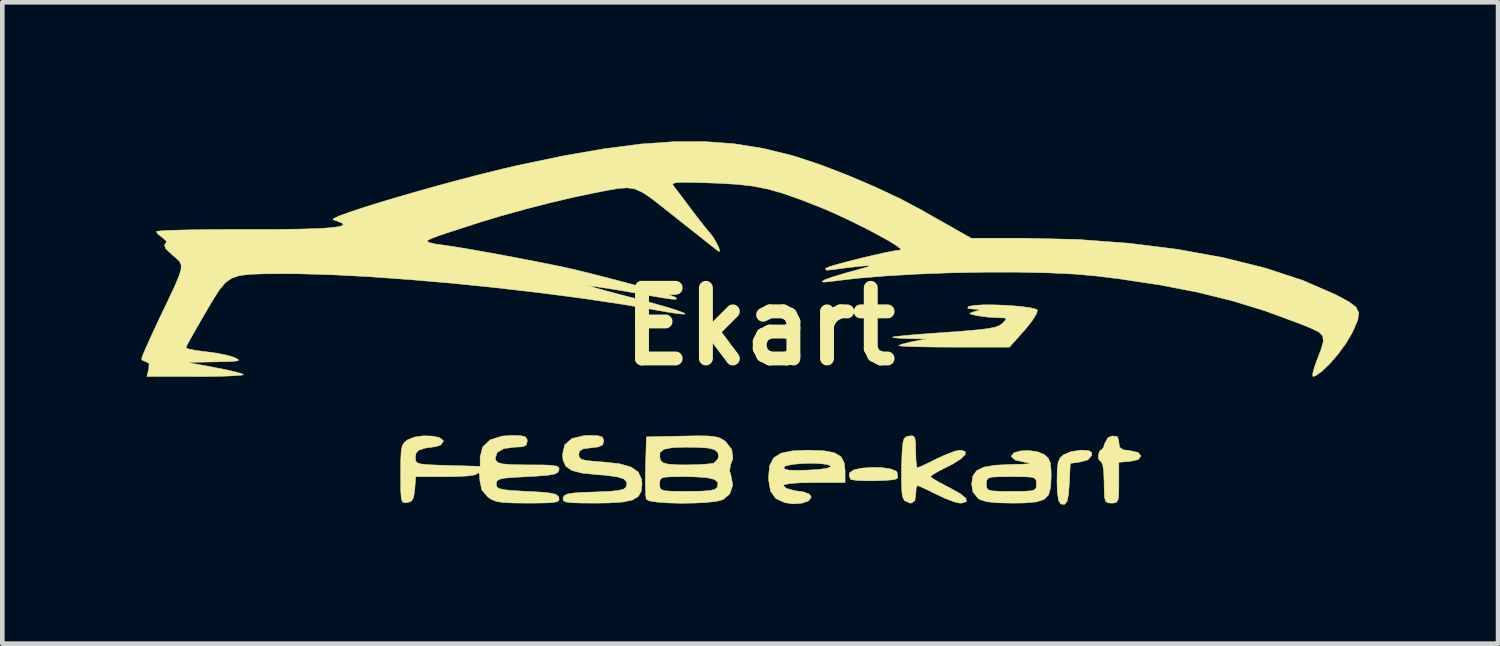
<source format=kicad_pcb>
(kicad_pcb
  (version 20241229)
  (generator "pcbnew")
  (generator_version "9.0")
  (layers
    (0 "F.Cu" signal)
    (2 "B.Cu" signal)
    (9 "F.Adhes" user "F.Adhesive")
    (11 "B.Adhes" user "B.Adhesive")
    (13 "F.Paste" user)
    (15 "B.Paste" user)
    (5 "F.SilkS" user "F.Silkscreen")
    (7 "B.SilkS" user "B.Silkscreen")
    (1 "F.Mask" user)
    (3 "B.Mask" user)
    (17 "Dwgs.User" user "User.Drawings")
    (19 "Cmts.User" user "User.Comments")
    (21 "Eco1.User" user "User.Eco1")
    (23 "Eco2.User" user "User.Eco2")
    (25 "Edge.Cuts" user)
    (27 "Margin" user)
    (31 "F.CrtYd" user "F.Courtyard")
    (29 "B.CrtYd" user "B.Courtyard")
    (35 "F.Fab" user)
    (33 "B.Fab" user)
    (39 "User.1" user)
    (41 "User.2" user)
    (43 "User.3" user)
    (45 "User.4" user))
  (footprint "Ekart"
    (layer "F.Cu")
    (at 13.34 3.994)
    (property "Reference" "Ekart" (at 0 0 0) (layer "F.SilkS") (effects (font (size 1.524 1.524) (thickness 0.3))))
    (attr through_hole)
    (fp_poly (pts (xy 2.631 3.044) (xy 2.822 3.071) (xy 2.943 3.121) (xy 2.963 3.146) (xy 2.975 3.253) (xy 2.96 3.284) (xy 2.878 3.306) (xy 2.71 3.32) (xy 2.495 3.328) (xy 2.274 3.328) (xy 2.086 3.319) (xy 1.972 3.302) (xy 1.96 3.297) (xy 1.929 3.216) (xy 1.941 3.154) (xy 2.024 3.094) (xy 2.193 3.056) (xy 2.408 3.039) (xy 2.631 3.044)) (stroke (width 0.01) (type solid)) (fill yes) (layer "F.SilkS"))
    (fp_poly (pts (xy 7.1 2.678) (xy 7.163 2.72) (xy 7.164 2.778) (xy 7.083 2.874) (xy 6.921 2.921) (xy 6.699 2.953) (xy 6.68 3.365) (xy 6.661 3.623) (xy 6.63 3.774) (xy 6.578 3.836) (xy 6.497 3.83) (xy 6.493 3.829) (xy 6.445 3.749) (xy 6.419 3.552) (xy 6.413 3.332) (xy 6.418 3.084) (xy 6.437 2.929) (xy 6.479 2.835) (xy 6.552 2.768) (xy 6.555 2.766) (xy 6.713 2.7) (xy 6.914 2.668) (xy 6.94 2.667) (xy 7.1 2.678)) (stroke (width 0.01) (type solid)) (fill yes) (layer "F.SilkS"))
    (fp_poly (pts (xy 7.712 2.37) (xy 7.746 2.462) (xy 7.747 2.5) (xy 7.764 2.607) (xy 7.841 2.658) (xy 7.985 2.679) (xy 8.163 2.717) (xy 8.223 2.792) (xy 8.223 2.794) (xy 8.166 2.87) (xy 7.99 2.909) (xy 7.985 2.909) (xy 7.747 2.929) (xy 7.747 3.369) (xy 7.745 3.6) (xy 7.731 3.732) (xy 7.696 3.793) (xy 7.629 3.809) (xy 7.588 3.81) (xy 7.505 3.803) (xy 7.458 3.765) (xy 7.436 3.668) (xy 7.43 3.484) (xy 7.429 3.365) (xy 7.421 3.137) (xy 7.399 2.98) (xy 7.366 2.921) (xy 7.366 2.921) (xy 7.314 2.868) (xy 7.303 2.794) (xy 7.327 2.691) (xy 7.362 2.667) (xy 7.415 2.613) (xy 7.441 2.524) (xy 7.513 2.396) (xy 7.604 2.361) (xy 7.712 2.37)) (stroke (width 0.01) (type solid)) (fill yes) (layer "F.SilkS"))
    (fp_poly (pts (xy 1.381 2.68) (xy 1.613 2.724) (xy 1.755 2.81) (xy 1.825 2.947) (xy 1.841 3.115) (xy 1.841 3.365) (xy 1.175 3.365) (xy 0.878 3.371) (xy 0.656 3.387) (xy 0.53 3.411) (xy 0.508 3.428) (xy 0.568 3.49) (xy 0.75 3.541) (xy 0.953 3.57) (xy 1.073 3.616) (xy 1.111 3.68) (xy 1.055 3.76) (xy 0.913 3.811) (xy 0.724 3.826) (xy 0.54 3.8) (xy 0.347 3.711) (xy 0.236 3.558) (xy 0.192 3.317) (xy 0.191 3.231) (xy 0.211 3.035) (xy 0.523 3.035) (xy 0.538 3.075) (xy 0.627 3.098) (xy 0.811 3.103) (xy 1.026 3.098) (xy 1.284 3.082) (xy 1.462 3.056) (xy 1.539 3.024) (xy 1.54 3.016) (xy 1.472 2.98) (xy 1.316 2.958) (xy 1.109 2.95) (xy 0.888 2.957) (xy 0.693 2.976) (xy 0.559 3.007) (xy 0.523 3.035) (xy 0.211 3.035) (xy 0.215 2.998) (xy 0.298 2.835) (xy 0.458 2.733) (xy 0.71 2.681) (xy 1.042 2.667) (xy 1.381 2.68)) (stroke (width 0.01) (type solid)) (fill yes) (layer "F.SilkS"))
    (fp_poly (pts (xy 3.347 2.403) (xy 3.363 2.522) (xy 3.365 2.694) (xy 3.371 2.887) (xy 3.385 3.015) (xy 3.399 3.048) (xy 3.469 3.021) (xy 3.618 2.952) (xy 3.81 2.857) (xy 4.024 2.759) (xy 4.209 2.69) (xy 4.316 2.667) (xy 4.429 2.692) (xy 4.435 2.758) (xy 4.341 2.854) (xy 4.156 2.97) (xy 4.064 3.016) (xy 3.871 3.114) (xy 3.734 3.193) (xy 3.683 3.237) (xy 3.736 3.281) (xy 3.875 3.363) (xy 4.071 3.466) (xy 4.099 3.48) (xy 4.327 3.607) (xy 4.448 3.708) (xy 4.459 3.777) (xy 4.356 3.809) (xy 4.312 3.81) (xy 4.193 3.782) (xy 4.005 3.71) (xy 3.81 3.619) (xy 3.614 3.523) (xy 3.466 3.454) (xy 3.399 3.429) (xy 3.375 3.484) (xy 3.366 3.617) (xy 3.365 3.619) (xy 3.345 3.759) (xy 3.271 3.808) (xy 3.24 3.81) (xy 3.121 3.754) (xy 3.078 3.667) (xy 3.064 3.541) (xy 3.057 3.326) (xy 3.058 3.061) (xy 3.061 2.953) (xy 3.072 2.681) (xy 3.088 2.511) (xy 3.115 2.418) (xy 3.162 2.376) (xy 3.223 2.361) (xy 3.304 2.359) (xy 3.347 2.403)) (stroke (width 0.01) (type solid)) (fill yes) (layer "F.SilkS"))
    (fp_poly (pts (xy 5.077 -0.467) (xy 5.347 -0.456) (xy 5.604 -0.436) (xy 5.817 -0.409) (xy 5.956 -0.376) (xy 5.991 -0.353) (xy 5.967 -0.268) (xy 5.874 -0.121) (xy 5.731 0.059) (xy 5.705 0.088) (xy 5.387 0.445) (xy 4.175 0.445) (xy 3.801 0.443) (xy 3.478 0.438) (xy 3.223 0.431) (xy 3.057 0.422) (xy 2.996 0.412) (xy 2.997 0.411) (xy 3.075 0.379) (xy 3.231 0.339) (xy 3.309 0.323) (xy 3.588 0.268) (xy 3.212 0.261) (xy 3.018 0.253) (xy 2.892 0.241) (xy 2.863 0.228) (xy 2.932 0.216) (xy 3.106 0.197) (xy 3.366 0.174) (xy 3.69 0.149) (xy 4 0.127) (xy 4.413 0.097) (xy 4.718 0.07) (xy 4.934 0.043) (xy 5.08 0.013) (xy 5.175 -0.024) (xy 5.237 -0.069) (xy 5.313 -0.15) (xy 5.301 -0.183) (xy 5.184 -0.19) (xy 5.134 -0.191) (xy 4.905 -0.204) (xy 4.691 -0.234) (xy 4.554 -0.265) (xy 4.532 -0.288) (xy 4.616 -0.318) (xy 4.636 -0.323) (xy 4.738 -0.355) (xy 4.726 -0.369) (xy 4.604 -0.377) (xy 4.488 -0.392) (xy 4.496 -0.425) (xy 4.508 -0.431) (xy 4.627 -0.456) (xy 4.827 -0.468) (xy 5.077 -0.467)) (stroke (width 0.01) (type solid)) (fill yes) (layer "F.SilkS"))
    (fp_poly (pts (xy -3.483 2.357) (xy -3.393 2.388) (xy -3.366 2.456) (xy -3.365 2.473) (xy -3.39 2.555) (xy -3.486 2.598) (xy -3.635 2.616) (xy -3.81 2.639) (xy -3.889 2.688) (xy -3.905 2.762) (xy -3.893 2.826) (xy -3.838 2.868) (xy -3.717 2.894) (xy -3.504 2.914) (xy -3.394 2.921) (xy -3.03 2.96) (xy -2.776 3.031) (xy -2.621 3.14) (xy -2.549 3.295) (xy -2.54 3.395) (xy -2.557 3.554) (xy -2.62 3.667) (xy -2.746 3.742) (xy -2.952 3.786) (xy -3.255 3.806) (xy -3.543 3.81) (xy -3.855 3.808) (xy -4.06 3.801) (xy -4.18 3.785) (xy -4.235 3.757) (xy -4.245 3.713) (xy -4.243 3.699) (xy -4.217 3.648) (xy -4.149 3.613) (xy -4.015 3.591) (xy -3.793 3.577) (xy -3.568 3.57) (xy -3.259 3.557) (xy -3.055 3.538) (xy -2.937 3.508) (xy -2.883 3.464) (xy -2.878 3.454) (xy -2.868 3.357) (xy -2.933 3.288) (xy -3.089 3.24) (xy -3.351 3.207) (xy -3.5 3.196) (xy -3.829 3.163) (xy -4.051 3.107) (xy -4.183 3.017) (xy -4.244 2.883) (xy -4.255 2.756) (xy -4.205 2.55) (xy -4.054 2.417) (xy -3.8 2.355) (xy -3.669 2.349) (xy -3.483 2.357)) (stroke (width 0.01) (type solid)) (fill yes) (layer "F.SilkS"))
    (fp_poly (pts (xy 5.991 2.702) (xy 6.133 2.76) (xy 6.222 2.835) (xy 6.268 2.938) (xy 6.285 3.107) (xy 6.287 3.23) (xy 6.276 3.467) (xy 6.232 3.629) (xy 6.134 3.73) (xy 5.963 3.785) (xy 5.698 3.807) (xy 5.454 3.81) (xy 5.125 3.803) (xy 4.899 3.779) (xy 4.754 3.735) (xy 4.713 3.711) (xy 4.599 3.569) (xy 4.572 3.397) (xy 4.889 3.397) (xy 4.894 3.474) (xy 4.926 3.521) (xy 5.01 3.545) (xy 5.17 3.555) (xy 5.429 3.556) (xy 5.691 3.555) (xy 5.85 3.545) (xy 5.933 3.521) (xy 5.964 3.474) (xy 5.969 3.397) (xy 5.964 3.32) (xy 5.932 3.273) (xy 5.849 3.249) (xy 5.689 3.24) (xy 5.429 3.239) (xy 5.168 3.24) (xy 5.008 3.249) (xy 4.926 3.274) (xy 4.894 3.321) (xy 4.889 3.397) (xy 4.572 3.397) (xy 4.596 3.228) (xy 4.678 3.109) (xy 4.835 3.033) (xy 5.085 2.991) (xy 5.428 2.975) (xy 5.679 2.969) (xy 5.81 2.96) (xy 5.827 2.947) (xy 5.736 2.93) (xy 5.715 2.927) (xy 5.514 2.882) (xy 5.432 2.813) (xy 5.429 2.794) (xy 5.484 2.724) (xy 5.623 2.684) (xy 5.805 2.676) (xy 5.991 2.702)) (stroke (width 0.01) (type solid)) (fill yes) (layer "F.SilkS"))
    (fp_poly (pts (xy -1.119 2.361) (xy -0.965 2.376) (xy -0.858 2.406) (xy -0.774 2.455) (xy -0.741 2.479) (xy -0.604 2.651) (xy -0.579 2.847) (xy -0.63 2.979) (xy -0.65 3.114) (xy -0.621 3.212) (xy -0.583 3.423) (xy -0.648 3.613) (xy -0.795 3.736) (xy -0.934 3.771) (xy -1.151 3.796) (xy -1.418 3.809) (xy -1.703 3.813) (xy -1.979 3.806) (xy -2.215 3.788) (xy -2.382 3.761) (xy -2.449 3.726) (xy -2.461 3.63) (xy -2.467 3.438) (xy -2.467 3.397) (xy -2.159 3.397) (xy -2.155 3.471) (xy -2.126 3.517) (xy -2.05 3.543) (xy -1.902 3.553) (xy -1.659 3.556) (xy -1.554 3.556) (xy -1.262 3.552) (xy -1.074 3.539) (xy -0.967 3.512) (xy -0.916 3.468) (xy -0.91 3.454) (xy -0.903 3.362) (xy -0.977 3.298) (xy -1.144 3.26) (xy -1.417 3.242) (xy -1.603 3.239) (xy -1.869 3.24) (xy -2.033 3.249) (xy -2.119 3.272) (xy -2.153 3.317) (xy -2.159 3.39) (xy -2.159 3.397) (xy -2.467 3.397) (xy -2.467 3.184) (xy -2.463 3.012) (xy -2.458 2.826) (xy -2.156 2.826) (xy -2.136 2.889) (xy -2.086 2.94) (xy -1.968 2.97) (xy -1.759 2.983) (xy -1.595 2.985) (xy -1.343 2.98) (xy -1.132 2.967) (xy -1.003 2.95) (xy -0.989 2.946) (xy -0.903 2.857) (xy -0.889 2.794) (xy -0.909 2.709) (xy -0.984 2.653) (xy -1.132 2.62) (xy -1.373 2.606) (xy -1.595 2.603) (xy -1.886 2.613) (xy -2.067 2.648) (xy -2.152 2.717) (xy -2.156 2.826) (xy -2.458 2.826) (xy -2.445 2.381) (xy -1.678 2.364) (xy -1.348 2.358) (xy -1.119 2.361)) (stroke (width 0.01) (type solid)) (fill yes) (layer "F.SilkS"))
    (fp_poly (pts (xy -5.158 2.355) (xy -5.056 2.38) (xy -5.019 2.436) (xy -5.016 2.477) (xy -5.036 2.557) (xy -5.115 2.594) (xy -5.288 2.603) (xy -5.294 2.603) (xy -5.523 2.634) (xy -5.665 2.717) (xy -5.705 2.841) (xy -5.692 2.888) (xy -5.651 2.933) (xy -5.555 2.962) (xy -5.383 2.978) (xy -5.112 2.984) (xy -4.982 2.985) (xy -4.682 2.986) (xy -4.489 2.994) (xy -4.379 3.012) (xy -4.333 3.044) (xy -4.329 3.092) (xy -4.33 3.096) (xy -4.356 3.147) (xy -4.427 3.183) (xy -4.565 3.208) (xy -4.791 3.226) (xy -5.017 3.239) (xy -5.315 3.255) (xy -5.508 3.272) (xy -5.619 3.297) (xy -5.67 3.333) (xy -5.683 3.388) (xy -5.683 3.397) (xy -5.674 3.454) (xy -5.629 3.493) (xy -5.529 3.519) (xy -5.349 3.538) (xy -5.068 3.554) (xy -5.017 3.556) (xy -4.714 3.573) (xy -4.516 3.593) (xy -4.4 3.621) (xy -4.345 3.661) (xy -4.33 3.699) (xy -4.332 3.748) (xy -4.374 3.78) (xy -4.477 3.799) (xy -4.661 3.807) (xy -4.949 3.81) (xy -5.003 3.81) (xy -5.32 3.807) (xy -5.538 3.796) (xy -5.685 3.772) (xy -5.789 3.73) (xy -5.865 3.678) (xy -5.995 3.528) (xy -6.037 3.325) (xy -6.038 3.313) (xy -6.048 3.184) (xy -6.068 3.148) (xy -6.075 3.159) (xy -6.138 3.199) (xy -6.297 3.224) (xy -6.565 3.237) (xy -6.764 3.239) (xy -7.422 3.239) (xy -7.442 3.508) (xy -7.466 3.685) (xy -7.518 3.77) (xy -7.604 3.799) (xy -7.669 3.803) (xy -7.71 3.778) (xy -7.734 3.701) (xy -7.744 3.551) (xy -7.747 3.305) (xy -7.747 3.181) (xy -7.745 2.889) (xy -7.736 2.697) (xy -7.714 2.578) (xy -7.673 2.506) (xy -7.608 2.452) (xy -7.594 2.443) (xy -7.445 2.384) (xy -7.255 2.358) (xy -7.063 2.363) (xy -6.908 2.397) (xy -6.829 2.459) (xy -6.826 2.477) (xy -6.882 2.556) (xy -6.985 2.59) (xy -7.222 2.624) (xy -7.358 2.669) (xy -7.418 2.739) (xy -7.429 2.823) (xy -7.425 2.89) (xy -7.397 2.935) (xy -7.324 2.963) (xy -7.183 2.979) (xy -6.952 2.99) (xy -6.731 2.996) (xy -6.032 3.016) (xy -6.032 2.814) (xy -5.978 2.598) (xy -5.818 2.446) (xy -5.56 2.364) (xy -5.357 2.349) (xy -5.158 2.355)) (stroke (width 0.01) (type solid)) (fill yes) (layer "F.SilkS"))
    (fp_poly (pts (xy -0.547 -3.942) (xy 0.06 -3.845) (xy 0.66 -3.7) (xy 0.804 -3.658) (xy 1.32 -3.486) (xy 1.891 -3.266) (xy 2.473 -3.018) (xy 3.02 -2.762) (xy 3.461 -2.529) (xy 3.647 -2.423) (xy 3.891 -2.285) (xy 4.139 -2.145) (xy 4.562 -1.905) (xy 5.726 -1.905) (xy 6.863 -1.878) (xy 7.963 -1.797) (xy 9.012 -1.666) (xy 9.996 -1.487) (xy 10.902 -1.263) (xy 11.715 -0.996) (xy 12.421 -0.689) (xy 12.452 -0.673) (xy 12.71 -0.534) (xy 12.863 -0.418) (xy 12.923 -0.297) (xy 12.901 -0.141) (xy 12.808 0.078) (xy 12.773 0.149) (xy 12.648 0.361) (xy 12.485 0.584) (xy 12.306 0.793) (xy 12.135 0.96) (xy 11.994 1.061) (xy 11.935 1.079) (xy 11.928 1.026) (xy 11.963 0.889) (xy 12.013 0.746) (xy 12.111 0.49) (xy 12.159 0.318) (xy 12.145 0.202) (xy 12.055 0.115) (xy 11.876 0.029) (xy 11.609 -0.077) (xy 10.901 -0.338) (xy 10.186 -0.557) (xy 9.439 -0.741) (xy 8.632 -0.897) (xy 7.738 -1.031) (xy 7.271 -1.089) (xy 6.783 -1.132) (xy 6.196 -1.159) (xy 5.537 -1.173) (xy 4.833 -1.172) (xy 4.11 -1.158) (xy 3.396 -1.131) (xy 2.717 -1.091) (xy 2.101 -1.04) (xy 1.574 -0.978) (xy 1.556 -0.975) (xy 1.391 -0.958) (xy 1.341 -0.97) (xy 1.401 -1.008) (xy 1.564 -1.067) (xy 1.822 -1.145) (xy 1.948 -1.18) (xy 2.202 -1.25) (xy 2.341 -1.292) (xy 2.374 -1.311) (xy 2.308 -1.312) (xy 2.159 -1.299) (xy 1.913 -1.272) (xy 1.68 -1.242) (xy 1.587 -1.228) (xy 1.445 -1.214) (xy 1.416 -1.241) (xy 1.429 -1.259) (xy 1.505 -1.291) (xy 1.675 -1.342) (xy 1.911 -1.405) (xy 2.182 -1.474) (xy 2.459 -1.539) (xy 2.713 -1.596) (xy 2.913 -1.635) (xy 3.032 -1.651) (xy 3.034 -1.651) (xy 3.041 -1.676) (xy 2.952 -1.745) (xy 2.785 -1.848) (xy 2.558 -1.974) (xy 2.29 -2.115) (xy 1.999 -2.26) (xy 1.704 -2.4) (xy 1.423 -2.524) (xy 1.319 -2.567) (xy 0.869 -2.743) (xy 0.499 -2.873) (xy 0.175 -2.965) (xy -0.138 -3.027) (xy -0.476 -3.066) (xy -0.872 -3.09) (xy -1.016 -3.095) (xy -1.377 -3.108) (xy -1.627 -3.111) (xy -1.783 -3.106) (xy -1.861 -3.09) (xy -1.877 -3.062) (xy -1.866 -3.041) (xy -1.796 -2.95) (xy -1.673 -2.789) (xy -1.523 -2.588) (xy -1.487 -2.54) (xy -1.331 -2.335) (xy -1.196 -2.163) (xy -1.107 -2.054) (xy -1.095 -2.042) (xy -1.013 -1.938) (xy -0.936 -1.811) (xy -0.881 -1.696) (xy -0.862 -1.624) (xy -0.895 -1.626) (xy -0.895 -1.626) (xy -0.973 -1.688) (xy -1.132 -1.813) (xy -1.353 -1.989) (xy -1.618 -2.198) (xy -1.824 -2.361) (xy -2.132 -2.606) (xy -2.363 -2.784) (xy -2.544 -2.902) (xy -2.701 -2.969) (xy -2.86 -2.992) (xy -3.048 -2.979) (xy -3.291 -2.937) (xy -3.588 -2.879) (xy -4.028 -2.786) (xy -4.54 -2.665) (xy -5.079 -2.526) (xy -5.596 -2.382) (xy -6.001 -2.26) (xy -6.411 -2.128) (xy -6.715 -2.029) (xy -6.929 -1.957) (xy -7.066 -1.906) (xy -7.142 -1.871) (xy -7.173 -1.846) (xy -7.176 -1.837) (xy -7.118 -1.808) (xy -6.969 -1.776) (xy -6.799 -1.752) (xy -6.611 -1.725) (xy -6.324 -1.678) (xy -5.964 -1.615) (xy -5.557 -1.541) (xy -5.129 -1.46) (xy -4.707 -1.378) (xy -4.315 -1.299) (xy -4.286 -1.293) (xy -4.039 -1.238) (xy -3.732 -1.164) (xy -3.389 -1.077) (xy -3.032 -0.984) (xy -2.683 -0.891) (xy -2.364 -0.802) (xy -2.099 -0.725) (xy -1.908 -0.666) (xy -1.814 -0.629) (xy -1.81 -0.626) (xy -1.793 -0.6) (xy -1.817 -0.587) (xy -1.9 -0.591) (xy -2.055 -0.613) (xy -2.301 -0.654) (xy -2.653 -0.716) (xy -2.731 -0.73) (xy -3.004 -0.778) (xy -3.265 -0.82) (xy -3.459 -0.849) (xy -3.461 -0.849) (xy -3.715 -0.882) (xy -3.493 -0.819) (xy -3.323 -0.772) (xy -3.079 -0.707) (xy -2.808 -0.636) (xy -2.762 -0.625) (xy -2.34 -0.513) (xy -2.005 -0.418) (xy -1.768 -0.343) (xy -1.636 -0.292) (xy -1.614 -0.269) (xy -1.684 -0.269) (xy -1.848 -0.289) (xy -2.075 -0.326) (xy -2.169 -0.343) (xy -2.947 -0.477) (xy -3.802 -0.605) (xy -4.711 -0.724) (xy -5.649 -0.833) (xy -6.594 -0.93) (xy -7.521 -1.01) (xy -8.407 -1.074) (xy -9.227 -1.117) (xy -9.958 -1.138) (xy -10.269 -1.139) (xy -10.683 -1.137) (xy -10.994 -1.127) (xy -11.224 -1.099) (xy -11.396 -1.041) (xy -11.533 -0.941) (xy -11.659 -0.789) (xy -11.796 -0.574) (xy -11.947 -0.317) (xy -12.106 -0.044) (xy -12.239 0.189) (xy -12.334 0.361) (xy -12.378 0.45) (xy -12.38 0.457) (xy -12.323 0.484) (xy -12.172 0.515) (xy -11.959 0.542) (xy -11.952 0.543) (xy -11.7 0.577) (xy -11.471 0.625) (xy -11.333 0.668) (xy -11.256 0.707) (xy -11.244 0.732) (xy -11.313 0.747) (xy -11.478 0.757) (xy -11.748 0.763) (xy -12.351 0.774) (xy -11.765 0.883) (xy -11.505 0.934) (xy -11.295 0.983) (xy -11.163 1.022) (xy -11.136 1.035) (xy -11.181 1.05) (xy -11.333 1.062) (xy -11.573 1.072) (xy -11.881 1.078) (xy -12.157 1.079) (xy -13.222 1.079) (xy -13.182 0.921) (xy -13.172 0.799) (xy -13.235 0.762) (xy -13.239 0.762) (xy -13.324 0.726) (xy -13.335 0.695) (xy -13.309 0.617) (xy -13.237 0.446) (xy -13.128 0.205) (xy -12.994 -0.084) (xy -12.927 -0.225) (xy -12.745 -0.604) (xy -12.614 -0.886) (xy -12.528 -1.089) (xy -12.485 -1.23) (xy -12.482 -1.328) (xy -12.514 -1.401) (xy -12.578 -1.466) (xy -12.667 -1.54) (xy -12.809 -1.674) (xy -12.843 -1.757) (xy -12.823 -1.781) (xy -12.794 -1.837) (xy -12.88 -1.913) (xy -12.881 -1.914) (xy -12.985 -1.996) (xy -13.018 -2.049) (xy -12.957 -2.061) (xy -12.784 -2.072) (xy -12.516 -2.081) (xy -12.168 -2.088) (xy -11.755 -2.092) (xy -11.292 -2.094) (xy -11.127 -2.094) (xy -10.476 -2.094) (xy -9.948 -2.101) (xy -9.539 -2.113) (xy -9.245 -2.132) (xy -9.061 -2.158) (xy -8.985 -2.191) (xy -9.011 -2.232) (xy -9.136 -2.281) (xy -9.204 -2.301) (xy -9.193 -2.329) (xy -9.073 -2.385) (xy -8.86 -2.463) (xy -8.568 -2.56) (xy -8.212 -2.672) (xy -7.807 -2.793) (xy -7.367 -2.92) (xy -6.906 -3.049) (xy -6.441 -3.174) (xy -5.984 -3.293) (xy -5.552 -3.399) (xy -5.206 -3.479) (xy -4.231 -3.683) (xy -3.355 -3.835) (xy -2.565 -3.937) (xy -1.843 -3.988) (xy -1.176 -3.989) (xy -0.547 -3.942)) (stroke (width 0.01) (type solid)) (fill yes) (layer "F.SilkS")))
  (gr_rect
    (start -3 -3)
    (end 29.268 10.836)
    (stroke (width 0.1) (type default))
    (fill no)
    (layer "Edge.Cuts")))
</source>
